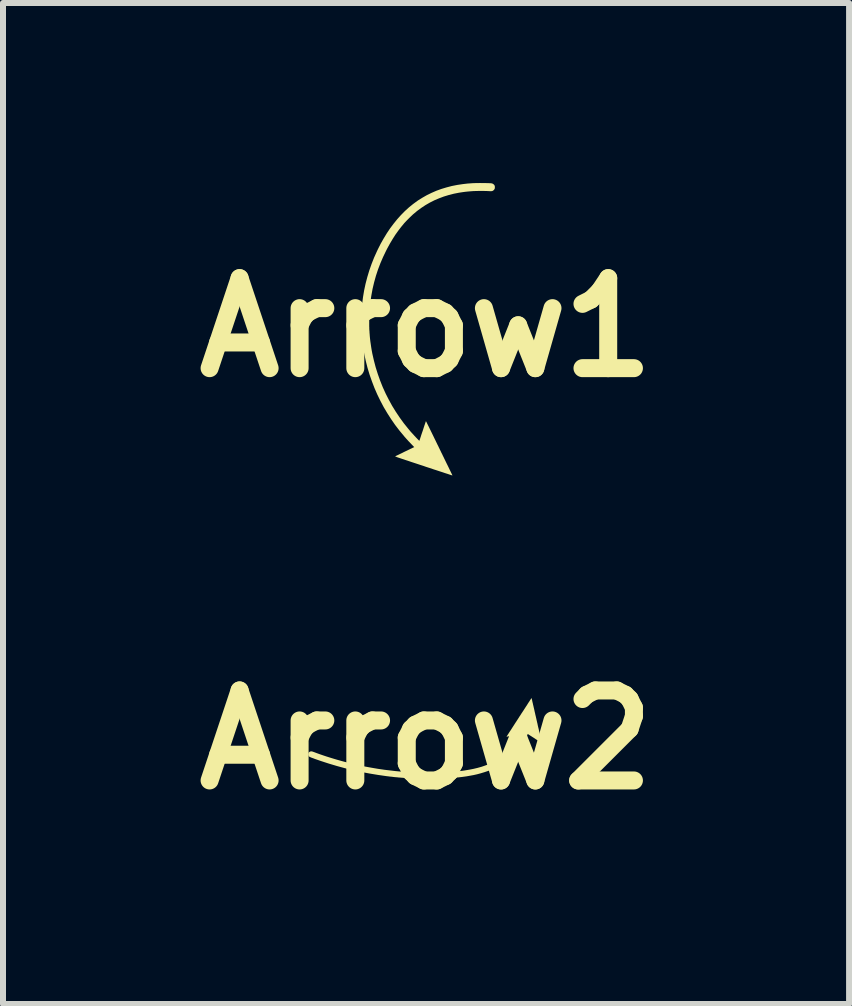
<source format=kicad_pcb>
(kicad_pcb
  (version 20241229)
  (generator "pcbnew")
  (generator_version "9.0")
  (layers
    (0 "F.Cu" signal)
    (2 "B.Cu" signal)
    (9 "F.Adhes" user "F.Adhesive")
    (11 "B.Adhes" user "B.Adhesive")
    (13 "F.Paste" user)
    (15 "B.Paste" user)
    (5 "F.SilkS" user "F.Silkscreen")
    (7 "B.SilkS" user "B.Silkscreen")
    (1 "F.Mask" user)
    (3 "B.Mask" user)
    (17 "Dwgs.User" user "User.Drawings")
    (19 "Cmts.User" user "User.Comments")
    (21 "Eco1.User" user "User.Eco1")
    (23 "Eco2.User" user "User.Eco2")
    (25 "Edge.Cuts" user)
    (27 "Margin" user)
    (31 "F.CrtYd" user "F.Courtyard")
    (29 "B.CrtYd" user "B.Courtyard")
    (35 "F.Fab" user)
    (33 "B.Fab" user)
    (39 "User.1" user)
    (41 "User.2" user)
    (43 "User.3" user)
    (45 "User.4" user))
  (footprint "Arrow1"
    (layer "F.Cu")
    (at 4.05 2.407)
    (property "Reference" "Arrow1" (at 0 0 0) (layer "F.SilkS") (effects (font (size 1.5 1.5) (thickness 0.3))))
    (attr board_only exclude_from_pos_files exclude_from_bom)
    (fp_poly (pts (xy 0.936 -2.406) (xy 0.968 -2.406) (xy 0.996 -2.406) (xy 1.019 -2.405) (xy 1.038 -2.405) (xy 1.055 -2.404) (xy 1.068 -2.404) (xy 1.079 -2.403) (xy 1.087 -2.402) (xy 1.094 -2.401) (xy 1.1 -2.4) (xy 1.1 -2.4) (xy 1.112 -2.395) (xy 1.124 -2.387) (xy 1.135 -2.377) (xy 1.139 -2.37) (xy 1.143 -2.364) (xy 1.145 -2.358) (xy 1.146 -2.352) (xy 1.147 -2.343) (xy 1.147 -2.337) (xy 1.146 -2.324) (xy 1.145 -2.315) (xy 1.142 -2.308) (xy 1.142 -2.308) (xy 1.133 -2.294) (xy 1.121 -2.283) (xy 1.11 -2.276) (xy 1.106 -2.275) (xy 1.102 -2.273) (xy 1.098 -2.272) (xy 1.092 -2.272) (xy 1.085 -2.271) (xy 1.075 -2.271) (xy 1.063 -2.271) (xy 1.047 -2.272) (xy 1.028 -2.273) (xy 1.004 -2.274) (xy 1.002 -2.274) (xy 0.986 -2.274) (xy 0.967 -2.275) (xy 0.945 -2.275) (xy 0.922 -2.275) (xy 0.897 -2.275) (xy 0.873 -2.275) (xy 0.85 -2.274) (xy 0.828 -2.274) (xy 0.81 -2.273) (xy 0.795 -2.273) (xy 0.794 -2.273) (xy 0.742 -2.269) (xy 0.694 -2.265) (xy 0.648 -2.26) (xy 0.604 -2.254) (xy 0.56 -2.247) (xy 0.552 -2.246) (xy 0.465 -2.229) (xy 0.379 -2.207) (xy 0.297 -2.182) (xy 0.217 -2.152) (xy 0.139 -2.119) (xy 0.064 -2.081) (xy -0.009 -2.039) (xy -0.08 -1.992) (xy -0.148 -1.942) (xy -0.198 -1.9) (xy -0.214 -1.887) (xy -0.232 -1.87) (xy -0.252 -1.851) (xy -0.273 -1.831) (xy -0.294 -1.81) (xy -0.314 -1.79) (xy -0.333 -1.77) (xy -0.35 -1.752) (xy -0.363 -1.738) (xy -0.415 -1.675) (xy -0.464 -1.611) (xy -0.512 -1.544) (xy -0.557 -1.473) (xy -0.601 -1.399) (xy -0.644 -1.321) (xy -0.666 -1.278) (xy -0.715 -1.176) (xy -0.76 -1.072) (xy -0.8 -0.967) (xy -0.835 -0.861) (xy -0.865 -0.753) (xy -0.891 -0.644) (xy -0.911 -0.534) (xy -0.928 -0.423) (xy -0.939 -0.31) (xy -0.946 -0.206) (xy -0.946 -0.196) (xy -0.947 -0.181) (xy -0.947 -0.164) (xy -0.947 -0.145) (xy -0.947 -0.124) (xy -0.947 -0.102) (xy -0.947 -0.08) (xy -0.947 -0.058) (xy -0.947 -0.037) (xy -0.947 -0.017) (xy -0.946 0.001) (xy -0.946 0.016) (xy -0.946 0.027) (xy -0.945 0.035) (xy -0.945 0.036) (xy -0.945 0.042) (xy -0.944 0.051) (xy -0.943 0.063) (xy -0.942 0.076) (xy -0.942 0.076) (xy -0.942 0.088) (xy -0.941 0.099) (xy -0.94 0.108) (xy -0.94 0.112) (xy -0.94 0.113) (xy -0.939 0.117) (xy -0.939 0.126) (xy -0.938 0.136) (xy -0.938 0.139) (xy -0.934 0.181) (xy -0.929 0.226) (xy -0.922 0.274) (xy -0.915 0.323) (xy -0.907 0.373) (xy -0.898 0.421) (xy -0.895 0.437) (xy -0.869 0.551) (xy -0.839 0.665) (xy -0.804 0.776) (xy -0.765 0.886) (xy -0.722 0.994) (xy -0.674 1.1) (xy -0.621 1.204) (xy -0.565 1.306) (xy -0.504 1.405) (xy -0.439 1.502) (xy -0.37 1.597) (xy -0.296 1.689) (xy -0.251 1.743) (xy -0.243 1.751) (xy -0.233 1.762) (xy -0.221 1.775) (xy -0.209 1.788) (xy -0.196 1.803) (xy -0.182 1.817) (xy -0.169 1.832) (xy -0.156 1.845) (xy -0.144 1.858) (xy -0.133 1.869) (xy -0.124 1.878) (xy -0.117 1.885) (xy -0.113 1.889) (xy -0.112 1.89) (xy -0.111 1.887) (xy -0.109 1.881) (xy -0.105 1.871) (xy -0.1 1.857) (xy -0.095 1.84) (xy -0.088 1.82) (xy -0.081 1.797) (xy -0.073 1.773) (xy -0.064 1.747) (xy -0.057 1.727) (xy -0.048 1.7) (xy -0.04 1.674) (xy -0.032 1.65) (xy -0.025 1.628) (xy -0.018 1.609) (xy -0.013 1.592) (xy -0.008 1.579) (xy -0.005 1.569) (xy -0.003 1.563) (xy -0.003 1.562) (xy -0.001 1.563) (xy 0.002 1.569) (xy 0.007 1.577) (xy 0.013 1.589) (xy 0.02 1.604) (xy 0.028 1.62) (xy 0.036 1.636) (xy 0.047 1.658) (xy 0.059 1.683) (xy 0.072 1.709) (xy 0.084 1.734) (xy 0.096 1.758) (xy 0.106 1.779) (xy 0.108 1.783) (xy 0.118 1.803) (xy 0.129 1.826) (xy 0.141 1.851) (xy 0.154 1.877) (xy 0.166 1.902) (xy 0.177 1.925) (xy 0.18 1.931) (xy 0.19 1.952) (xy 0.202 1.975) (xy 0.213 1.999) (xy 0.224 2.021) (xy 0.234 2.042) (xy 0.243 2.06) (xy 0.246 2.066) (xy 0.254 2.084) (xy 0.264 2.103) (xy 0.273 2.121) (xy 0.281 2.139) (xy 0.288 2.153) (xy 0.291 2.158) (xy 0.297 2.171) (xy 0.304 2.186) (xy 0.313 2.204) (xy 0.322 2.223) (xy 0.332 2.243) (xy 0.339 2.258) (xy 0.359 2.298) (xy 0.376 2.333) (xy 0.391 2.364) (xy 0.404 2.391) (xy 0.415 2.414) (xy 0.424 2.432) (xy 0.431 2.447) (xy 0.436 2.458) (xy 0.439 2.464) (xy 0.44 2.467) (xy 0.44 2.467) (xy 0.437 2.466) (xy 0.431 2.464) (xy 0.42 2.461) (xy 0.405 2.456) (xy 0.386 2.45) (xy 0.364 2.442) (xy 0.338 2.434) (xy 0.31 2.425) (xy 0.278 2.414) (xy 0.244 2.403) (xy 0.207 2.391) (xy 0.168 2.378) (xy 0.127 2.365) (xy 0.085 2.35) (xy 0.04 2.336) (xy -0.006 2.321) (xy -0.039 2.309) (xy -0.095 2.291) (xy -0.146 2.274) (xy -0.192 2.259) (xy -0.235 2.245) (xy -0.273 2.232) (xy -0.308 2.22) (xy -0.34 2.21) (xy -0.368 2.2) (xy -0.393 2.192) (xy -0.415 2.185) (xy -0.434 2.178) (xy -0.451 2.173) (xy -0.465 2.168) (xy -0.477 2.164) (xy -0.487 2.16) (xy -0.494 2.157) (xy -0.501 2.155) (xy -0.506 2.153) (xy -0.509 2.151) (xy -0.511 2.15) (xy -0.513 2.149) (xy -0.513 2.148) (xy -0.513 2.148) (xy -0.513 2.147) (xy -0.512 2.147) (xy -0.508 2.144) (xy -0.506 2.143) (xy -0.503 2.142) (xy -0.497 2.139) (xy -0.487 2.134) (xy -0.474 2.128) (xy -0.457 2.12) (xy -0.439 2.111) (xy -0.418 2.101) (xy -0.395 2.09) (xy -0.372 2.078) (xy -0.366 2.075) (xy -0.341 2.063) (xy -0.317 2.052) (xy -0.295 2.041) (xy -0.274 2.031) (xy -0.256 2.022) (xy -0.24 2.015) (xy -0.227 2.008) (xy -0.218 2.004) (xy -0.212 2.001) (xy -0.212 2.001) (xy -0.197 1.994) (xy -0.245 1.944) (xy -0.264 1.924) (xy -0.28 1.907) (xy -0.295 1.892) (xy -0.307 1.878) (xy -0.319 1.865) (xy -0.331 1.852) (xy -0.343 1.838) (xy -0.357 1.823) (xy -0.367 1.81) (xy -0.443 1.719) (xy -0.515 1.625) (xy -0.582 1.528) (xy -0.646 1.428) (xy -0.706 1.327) (xy -0.761 1.223) (xy -0.813 1.116) (xy -0.86 1.008) (xy -0.902 0.898) (xy -0.941 0.787) (xy -0.975 0.674) (xy -1.004 0.56) (xy -1.029 0.445) (xy -1.049 0.328) (xy -1.064 0.211) (xy -1.068 0.175) (xy -1.07 0.15) (xy -1.072 0.126) (xy -1.074 0.104) (xy -1.075 0.081) (xy -1.076 0.058) (xy -1.077 0.034) (xy -1.078 0.008) (xy -1.078 -0.022) (xy -1.078 -0.055) (xy -1.079 -0.078) (xy -1.079 -0.115) (xy -1.079 -0.148) (xy -1.079 -0.177) (xy -1.078 -0.204) (xy -1.077 -0.23) (xy -1.076 -0.254) (xy -1.075 -0.278) (xy -1.073 -0.302) (xy -1.071 -0.328) (xy -1.068 -0.356) (xy -1.065 -0.386) (xy -1.065 -0.388) (xy -1.051 -0.502) (xy -1.032 -0.616) (xy -1.008 -0.728) (xy -0.979 -0.839) (xy -0.946 -0.949) (xy -0.908 -1.057) (xy -0.866 -1.164) (xy -0.818 -1.27) (xy -0.804 -1.3) (xy -0.756 -1.395) (xy -0.705 -1.485) (xy -0.652 -1.572) (xy -0.597 -1.654) (xy -0.539 -1.731) (xy -0.479 -1.805) (xy -0.417 -1.874) (xy -0.353 -1.939) (xy -0.286 -2) (xy -0.217 -2.056) (xy -0.205 -2.065) (xy -0.135 -2.116) (xy -0.061 -2.162) (xy 0.014 -2.205) (xy 0.092 -2.243) (xy 0.172 -2.278) (xy 0.255 -2.308) (xy 0.341 -2.334) (xy 0.429 -2.357) (xy 0.52 -2.375) (xy 0.614 -2.389) (xy 0.691 -2.398) (xy 0.719 -2.4) (xy 0.746 -2.402) (xy 0.774 -2.404) (xy 0.802 -2.405) (xy 0.831 -2.406) (xy 0.863 -2.406) (xy 0.899 -2.407)) (stroke (width 0) (type solid)) (fill yes) (layer "F.SilkS")))
  (footprint "Arrow2"
    (layer "F.Cu")
    (at 4.05 9.278)
    (property "Reference" "Arrow2" (at 0 0 0) (layer "F.SilkS") (effects (font (size 1.5 1.5) (thickness 0.3))))
    (attr board_only exclude_from_pos_files exclude_from_bom)
    (fp_poly (pts (xy 1.759 -0.694) (xy 1.76 -0.689) (xy 1.762 -0.68) (xy 1.765 -0.669) (xy 1.768 -0.656) (xy 1.771 -0.64) (xy 1.775 -0.623) (xy 1.78 -0.603) (xy 1.784 -0.583) (xy 1.789 -0.563) (xy 1.794 -0.541) (xy 1.799 -0.52) (xy 1.804 -0.499) (xy 1.808 -0.479) (xy 1.812 -0.461) (xy 1.816 -0.445) (xy 1.819 -0.432) (xy 1.821 -0.421) (xy 1.823 -0.412) (xy 1.824 -0.409) (xy 1.825 -0.404) (xy 1.827 -0.396) (xy 1.83 -0.384) (xy 1.833 -0.37) (xy 1.837 -0.353) (xy 1.841 -0.334) (xy 1.846 -0.313) (xy 1.851 -0.29) (xy 1.857 -0.266) (xy 1.862 -0.24) (xy 1.868 -0.214) (xy 1.875 -0.186) (xy 1.877 -0.178) (xy 1.883 -0.151) (xy 1.889 -0.124) (xy 1.895 -0.099) (xy 1.9 -0.075) (xy 1.905 -0.052) (xy 1.91 -0.031) (xy 1.914 -0.013) (xy 1.918 0.003) (xy 1.921 0.017) (xy 1.924 0.028) (xy 1.925 0.036) (xy 1.926 0.041) (xy 1.927 0.042) (xy 1.928 0.048) (xy 1.929 0.052) (xy 1.929 0.054) (xy 1.928 0.054) (xy 1.926 0.053) (xy 1.923 0.051) (xy 1.919 0.048) (xy 1.912 0.044) (xy 1.904 0.039) (xy 1.894 0.033) (xy 1.882 0.025) (xy 1.868 0.016) (xy 1.852 0.005) (xy 1.832 -0.007) (xy 1.811 -0.022) (xy 1.786 -0.038) (xy 1.767 -0.05) (xy 1.752 -0.06) (xy 1.739 -0.068) (xy 1.726 -0.076) (xy 1.716 -0.083) (xy 1.707 -0.089) (xy 1.7 -0.093) (xy 1.696 -0.096) (xy 1.695 -0.096) (xy 1.694 -0.095) (xy 1.692 -0.09) (xy 1.689 -0.084) (xy 1.688 -0.08) (xy 1.671 -0.038) (xy 1.651 0.004) (xy 1.629 0.046) (xy 1.603 0.088) (xy 1.575 0.129) (xy 1.544 0.168) (xy 1.528 0.188) (xy 1.519 0.199) (xy 1.507 0.211) (xy 1.494 0.225) (xy 1.48 0.239) (xy 1.465 0.254) (xy 1.451 0.268) (xy 1.437 0.281) (xy 1.424 0.293) (xy 1.413 0.302) (xy 1.412 0.303) (xy 1.365 0.342) (xy 1.316 0.377) (xy 1.264 0.41) (xy 1.211 0.441) (xy 1.156 0.469) (xy 1.098 0.495) (xy 1.037 0.519) (xy 0.974 0.54) (xy 0.908 0.56) (xy 0.852 0.575) (xy 0.795 0.588) (xy 0.735 0.599) (xy 0.673 0.61) (xy 0.608 0.619) (xy 0.541 0.627) (xy 0.525 0.628) (xy 0.517 0.629) (xy 0.51 0.63) (xy 0.507 0.63) (xy 0.502 0.631) (xy 0.494 0.631) (xy 0.484 0.632) (xy 0.472 0.633) (xy 0.459 0.634) (xy 0.445 0.635) (xy 0.431 0.636) (xy 0.418 0.637) (xy 0.406 0.638) (xy 0.397 0.639) (xy 0.39 0.639) (xy 0.389 0.639) (xy 0.379 0.64) (xy 0.369 0.641) (xy 0.36 0.641) (xy 0.358 0.641) (xy 0.343 0.642) (xy 0.331 0.643) (xy 0.32 0.644) (xy 0.31 0.644) (xy 0.3 0.645) (xy 0.288 0.645) (xy 0.282 0.645) (xy 0.271 0.646) (xy 0.26 0.646) (xy 0.252 0.647) (xy 0.246 0.647) (xy 0.243 0.647) (xy 0.24 0.647) (xy 0.233 0.647) (xy 0.224 0.648) (xy 0.212 0.648) (xy 0.198 0.648) (xy 0.182 0.648) (xy 0.164 0.648) (xy 0.145 0.649) (xy 0.13 0.649) (xy 0.11 0.649) (xy 0.09 0.649) (xy 0.072 0.649) (xy 0.055 0.65) (xy 0.04 0.65) (xy 0.027 0.65) (xy 0.017 0.65) (xy 0.01 0.65) (xy 0.007 0.65) (xy -0.000448 0.65) (xy -0.006 0.651) (xy -0.009 0.651) (xy -0.01 0.65) (xy -0.012 0.65) (xy -0.017 0.65) (xy -0.025 0.65) (xy -0.036 0.65) (xy -0.048 0.65) (xy -0.063 0.649) (xy -0.079 0.649) (xy -0.084 0.649) (xy -0.101 0.649) (xy -0.116 0.648) (xy -0.13 0.648) (xy -0.142 0.648) (xy -0.152 0.647) (xy -0.159 0.647) (xy -0.163 0.647) (xy -0.163 0.647) (xy -0.166 0.647) (xy -0.173 0.646) (xy -0.181 0.646) (xy -0.192 0.646) (xy -0.203 0.645) (xy -0.205 0.645) (xy -0.217 0.645) (xy -0.227 0.644) (xy -0.236 0.644) (xy -0.243 0.643) (xy -0.247 0.643) (xy -0.247 0.643) (xy -0.251 0.643) (xy -0.258 0.642) (xy -0.267 0.642) (xy -0.277 0.641) (xy -0.281 0.641) (xy -0.291 0.641) (xy -0.3 0.64) (xy -0.306 0.64) (xy -0.311 0.64) (xy -0.311 0.64) (xy -0.314 0.639) (xy -0.32 0.639) (xy -0.328 0.638) (xy -0.337 0.638) (xy -0.338 0.638) (xy -0.348 0.637) (xy -0.356 0.637) (xy -0.363 0.636) (xy -0.367 0.636) (xy -0.367 0.636) (xy -0.371 0.635) (xy -0.377 0.635) (xy -0.385 0.634) (xy -0.388 0.634) (xy -0.4 0.633) (xy -0.416 0.632) (xy -0.434 0.63) (xy -0.455 0.629) (xy -0.478 0.626) (xy -0.478 0.626) (xy -0.491 0.625) (xy -0.507 0.624) (xy -0.525 0.622) (xy -0.545 0.62) (xy -0.566 0.617) (xy -0.587 0.615) (xy -0.608 0.613) (xy -0.628 0.61) (xy -0.646 0.608) (xy -0.662 0.606) (xy -0.801 0.586) (xy -0.94 0.563) (xy -1.078 0.537) (xy -1.216 0.507) (xy -1.352 0.474) (xy -1.487 0.437) (xy -1.621 0.397) (xy -1.753 0.354) (xy -1.854 0.319) (xy -1.874 0.311) (xy -1.891 0.305) (xy -1.906 0.3) (xy -1.917 0.295) (xy -1.927 0.291) (xy -1.934 0.288) (xy -1.94 0.285) (xy -1.945 0.282) (xy -1.948 0.279) (xy -1.951 0.277) (xy -1.953 0.274) (xy -1.955 0.27) (xy -1.957 0.267) (xy -1.959 0.262) (xy -1.961 0.257) (xy -1.962 0.251) (xy -1.962 0.243) (xy -1.962 0.243) (xy -1.961 0.231) (xy -1.959 0.222) (xy -1.954 0.213) (xy -1.948 0.207) (xy -1.937 0.199) (xy -1.926 0.195) (xy -1.913 0.193) (xy -1.908 0.194) (xy -1.903 0.194) (xy -1.897 0.195) (xy -1.89 0.198) (xy -1.881 0.201) (xy -1.874 0.203) (xy -1.824 0.222) (xy -1.771 0.241) (xy -1.716 0.26) (xy -1.659 0.279) (xy -1.602 0.297) (xy -1.543 0.315) (xy -1.486 0.332) (xy -1.429 0.348) (xy -1.379 0.362) (xy -1.264 0.392) (xy -1.15 0.418) (xy -1.036 0.443) (xy -0.921 0.464) (xy -0.805 0.484) (xy -0.688 0.501) (xy -0.568 0.515) (xy -0.537 0.519) (xy -0.524 0.52) (xy -0.511 0.522) (xy -0.5 0.523) (xy -0.49 0.524) (xy -0.483 0.524) (xy -0.482 0.525) (xy -0.474 0.525) (xy -0.467 0.526) (xy -0.462 0.526) (xy -0.462 0.526) (xy -0.458 0.527) (xy -0.451 0.528) (xy -0.442 0.528) (xy -0.431 0.529) (xy -0.419 0.53) (xy -0.407 0.531) (xy -0.395 0.532) (xy -0.384 0.533) (xy -0.375 0.534) (xy -0.374 0.534) (xy -0.357 0.535) (xy -0.342 0.536) (xy -0.329 0.537) (xy -0.319 0.538) (xy -0.309 0.538) (xy -0.3 0.539) (xy -0.291 0.539) (xy -0.282 0.54) (xy -0.273 0.541) (xy -0.266 0.541) (xy -0.263 0.541) (xy -0.259 0.542) (xy -0.251 0.542) (xy -0.241 0.542) (xy -0.231 0.543) (xy -0.222 0.543) (xy -0.211 0.544) (xy -0.201 0.544) (xy -0.192 0.545) (xy -0.186 0.545) (xy -0.183 0.545) (xy -0.175 0.546) (xy -0.164 0.546) (xy -0.15 0.547) (xy -0.133 0.547) (xy -0.114 0.547) (xy -0.093 0.548) (xy -0.07 0.548) (xy -0.047 0.548) (xy -0.022 0.548) (xy 0.004 0.548) (xy 0.03 0.548) (xy 0.056 0.548) (xy 0.083 0.548) (xy 0.108 0.548) (xy 0.133 0.548) (xy 0.156 0.548) (xy 0.179 0.548) (xy 0.199 0.547) (xy 0.218 0.547) (xy 0.234 0.547) (xy 0.247 0.546) (xy 0.258 0.546) (xy 0.265 0.545) (xy 0.267 0.545) (xy 0.271 0.545) (xy 0.277 0.544) (xy 0.285 0.544) (xy 0.295 0.543) (xy 0.301 0.543) (xy 0.313 0.543) (xy 0.324 0.542) (xy 0.334 0.542) (xy 0.342 0.541) (xy 0.344 0.541) (xy 0.349 0.541) (xy 0.358 0.54) (xy 0.369 0.54) (xy 0.381 0.539) (xy 0.394 0.538) (xy 0.4 0.537) (xy 0.415 0.536) (xy 0.43 0.535) (xy 0.445 0.534) (xy 0.459 0.533) (xy 0.471 0.532) (xy 0.473 0.532) (xy 0.484 0.531) (xy 0.495 0.53) (xy 0.504 0.529) (xy 0.512 0.528) (xy 0.513 0.528) (xy 0.527 0.527) (xy 0.543 0.525) (xy 0.561 0.523) (xy 0.581 0.52) (xy 0.601 0.518) (xy 0.62 0.515) (xy 0.638 0.513) (xy 0.647 0.511) (xy 0.72 0.499) (xy 0.791 0.485) (xy 0.858 0.469) (xy 0.923 0.451) (xy 0.984 0.43) (xy 1.043 0.408) (xy 1.099 0.384) (xy 1.153 0.357) (xy 1.204 0.329) (xy 1.253 0.298) (xy 1.295 0.268) (xy 1.34 0.232) (xy 1.383 0.194) (xy 1.423 0.154) (xy 1.459 0.113) (xy 1.493 0.07) (xy 1.523 0.026) (xy 1.549 -0.02) (xy 1.561 -0.042) (xy 1.565 -0.051) (xy 1.57 -0.061) (xy 1.575 -0.071) (xy 1.579 -0.081) (xy 1.583 -0.09) (xy 1.587 -0.098) (xy 1.589 -0.103) (xy 1.59 -0.106) (xy 1.59 -0.107) (xy 1.588 -0.106) (xy 1.583 -0.105) (xy 1.575 -0.103) (xy 1.564 -0.101) (xy 1.55 -0.098) (xy 1.535 -0.094) (xy 1.518 -0.09) (xy 1.499 -0.086) (xy 1.478 -0.081) (xy 1.465 -0.078) (xy 1.445 -0.073) (xy 1.425 -0.069) (xy 1.406 -0.064) (xy 1.39 -0.061) (xy 1.375 -0.057) (xy 1.362 -0.054) (xy 1.353 -0.052) (xy 1.345 -0.051) (xy 1.341 -0.05) (xy 1.341 -0.05) (xy 1.341 -0.052) (xy 1.344 -0.056) (xy 1.348 -0.062) (xy 1.353 -0.07) (xy 1.358 -0.078) (xy 1.378 -0.109) (xy 1.397 -0.139) (xy 1.416 -0.167) (xy 1.433 -0.194) (xy 1.449 -0.219) (xy 1.464 -0.242) (xy 1.478 -0.264) (xy 1.49 -0.283) (xy 1.501 -0.299) (xy 1.51 -0.313) (xy 1.517 -0.324) (xy 1.523 -0.333) (xy 1.523 -0.333) (xy 1.53 -0.344) (xy 1.537 -0.355) (xy 1.544 -0.365) (xy 1.549 -0.374) (xy 1.553 -0.38) (xy 1.556 -0.385) (xy 1.561 -0.393) (xy 1.568 -0.402) (xy 1.575 -0.414) (xy 1.584 -0.427) (xy 1.592 -0.441) (xy 1.602 -0.455) (xy 1.602 -0.455) (xy 1.613 -0.472) (xy 1.625 -0.49) (xy 1.637 -0.509) (xy 1.65 -0.529) (xy 1.662 -0.548) (xy 1.675 -0.567) (xy 1.687 -0.586) (xy 1.698 -0.604) (xy 1.709 -0.621) (xy 1.72 -0.637) (xy 1.729 -0.651) (xy 1.736 -0.663) (xy 1.743 -0.672) (xy 1.747 -0.679) (xy 1.75 -0.684) (xy 1.754 -0.689) (xy 1.757 -0.693) (xy 1.758 -0.695) (xy 1.758 -0.696)) (stroke (width 0) (type solid)) (fill yes) (layer "F.SilkS")))
  (gr_rect
    (start -3 -3)
    (end 11.1 13.682)
    (stroke (width 0.1) (type default))
    (fill no)
    (layer "Edge.Cuts")))
</source>
